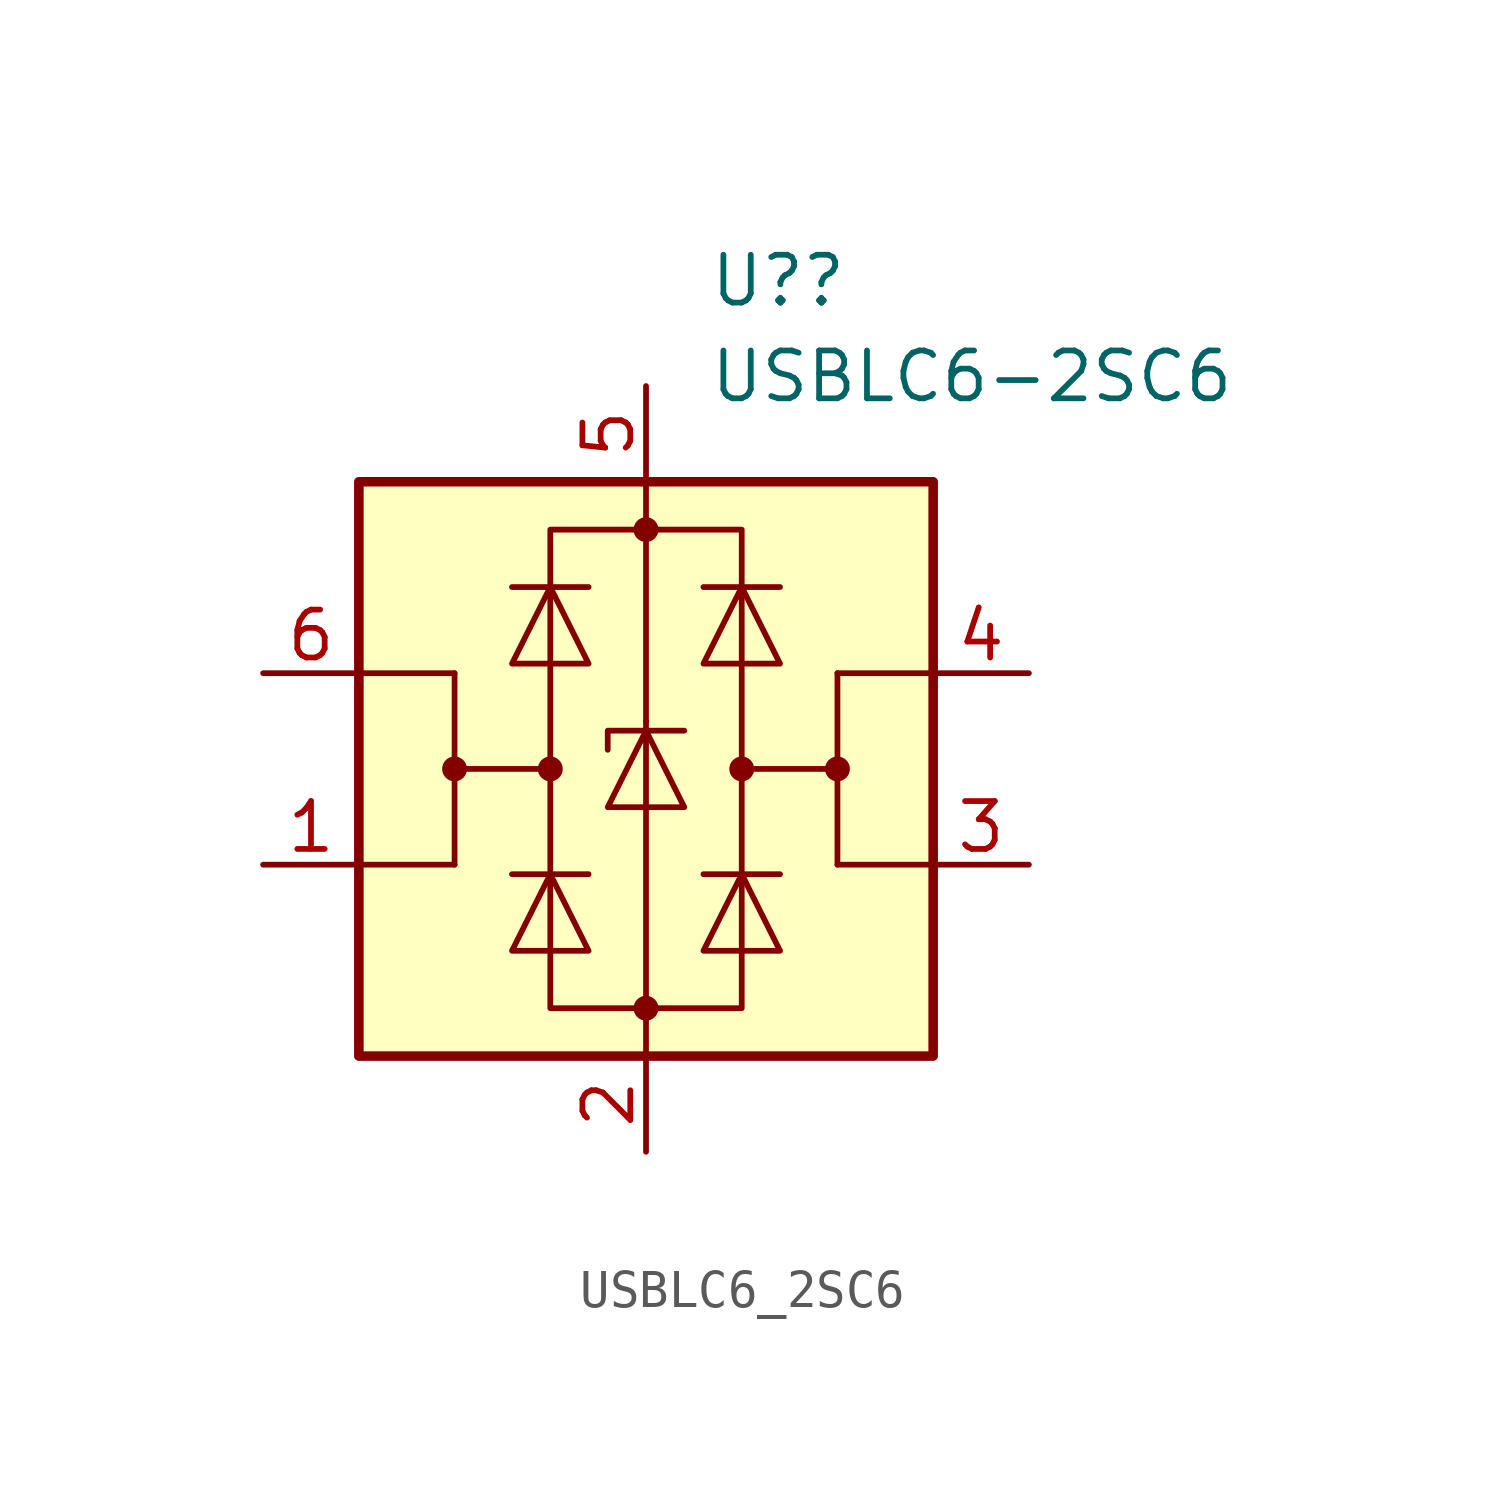
<source format=kicad_sym>
(kicad_symbol_lib
  (version 20231120)
  (generator "kicad_symbol_editor")
  (generator_version "8.0")
  (symbol "USBLC6_2SC6"
    (pin_names hide)
    (property "Reference" "U?"
      (at 1.651 12.954 0)
      (effects (font (size 1.27 1.27)) (justify left)))
    (property "Value" "USBLC6-2SC6"
      (at 1.651 10.414 0)
      (effects (font (size 1.27 1.27)) (justify left)))
    (symbol "USBLC6_2SC6_0_1"
      (rectangle (start -7.62 7.62) (end 7.62 -7.62) (stroke (width 0.254) (type default)) (fill (type background)))
      (circle (center -5.08 0) (radius 0.254) (stroke (width 0) (type default)) (fill (type outline)))
      (circle (center -2.54 0) (radius 0.254) (stroke (width 0) (type default)) (fill (type outline)))
      (rectangle (start -2.54 6.35) (end 2.54 -6.35) (stroke (width 0) (type default)) (fill (type none)))
      (circle (center 0 -6.35) (radius 0.254) (stroke (width 0) (type default)) (fill (type outline)))
      (polyline (pts (xy -5.08 -2.54) (xy -7.62 -2.54)) (stroke (width 0) (type default)) (fill (type none)))
      (polyline (pts (xy -5.08 0) (xy -5.08 -2.54)) (stroke (width 0) (type default)) (fill (type none)))
      (polyline (pts (xy -5.08 2.54) (xy -7.62 2.54)) (stroke (width 0) (type default)) (fill (type none)))
      (polyline (pts (xy -1.524 -2.794) (xy -3.556 -2.794)) (stroke (width 0) (type default)) (fill (type none)))
      (polyline (pts (xy -1.524 4.826) (xy -3.556 4.826)) (stroke (width 0) (type default)) (fill (type none)))
      (polyline (pts (xy 0 -7.62) (xy 0 -6.35)) (stroke (width 0) (type default)) (fill (type none)))
      (polyline (pts (xy 0 -6.35) (xy 0 1.27)) (stroke (width 0) (type default)) (fill (type none)))
      (polyline (pts (xy 0 1.27) (xy 0 6.35)) (stroke (width 0) (type default)) (fill (type none)))
      (polyline (pts (xy 0 6.35) (xy 0 7.62)) (stroke (width 0) (type default)) (fill (type none)))
      (polyline (pts (xy 1.524 -2.794) (xy 3.556 -2.794)) (stroke (width 0) (type default)) (fill (type none)))
      (polyline (pts (xy 1.524 4.826) (xy 3.556 4.826)) (stroke (width 0) (type default)) (fill (type none)))
      (polyline (pts (xy 5.08 -2.54) (xy 7.62 -2.54)) (stroke (width 0) (type default)) (fill (type none)))
      (polyline (pts (xy 5.08 0) (xy 5.08 -2.54)) (stroke (width 0) (type default)) (fill (type none)))
      (polyline (pts (xy 5.08 2.54) (xy 7.62 2.54)) (stroke (width 0) (type default)) (fill (type none)))
      (polyline (pts (xy -2.54 0) (xy -5.08 0) (xy -5.08 2.54)) (stroke (width 0) (type default)) (fill (type none)))
      (polyline (pts (xy 2.54 0) (xy 5.08 0) (xy 5.08 2.54)) (stroke (width 0) (type default)) (fill (type none)))
      (polyline (pts (xy -3.556 -4.826) (xy -1.524 -4.826) (xy -2.54 -2.794) (xy -3.556 -4.826)) (stroke (width 0) (type default)) (fill (type none)))
      (polyline (pts (xy -3.556 2.794) (xy -1.524 2.794) (xy -2.54 4.826) (xy -3.556 2.794)) (stroke (width 0) (type default)) (fill (type none)))
      (polyline (pts (xy -1.016 -1.016) (xy 1.016 -1.016) (xy 0 1.016) (xy -1.016 -1.016)) (stroke (width 0) (type default)) (fill (type none)))
      (polyline (pts (xy 1.016 1.016) (xy 0.762 1.016) (xy -1.016 1.016) (xy -1.016 0.508)) (stroke (width 0) (type default)) (fill (type none)))
      (polyline (pts (xy 3.556 -4.826) (xy 1.524 -4.826) (xy 2.54 -2.794) (xy 3.556 -4.826)) (stroke (width 0) (type default)) (fill (type none)))
      (polyline (pts (xy 3.556 2.794) (xy 1.524 2.794) (xy 2.54 4.826) (xy 3.556 2.794)) (stroke (width 0) (type default)) (fill (type none)))
      (circle (center 0 6.35) (radius 0.254) (stroke (width 0) (type default)) (fill (type outline)))
      (circle (center 2.54 0) (radius 0.254) (stroke (width 0) (type default)) (fill (type outline)))
      (circle (center 5.08 0) (radius 0.254) (stroke (width 0) (type default)) (fill (type outline))))
    (symbol "USBLC6_2SC6_1_1"
      (pin passive line (at -10.16 -2.54 0) (length 2.54) (name "I/O1" (effects (font (size 1.27 1.27)))) (number "1" (effects (font (size 1.27 1.27)))))
      (pin passive line (at 0 -10.16 90) (length 2.54) (name "GND" (effects (font (size 1.27 1.27)))) (number "2" (effects (font (size 1.27 1.27)))))
      (pin passive line (at 10.16 -2.54 180) (length 2.54) (name "I/O2" (effects (font (size 1.27 1.27)))) (number "3" (effects (font (size 1.27 1.27)))))
      (pin passive line (at 10.16 2.54 180) (length 2.54) (name "I/O2" (effects (font (size 1.27 1.27)))) (number "4" (effects (font (size 1.27 1.27)))))
      (pin passive line (at 0 10.16 270) (length 2.54) (name "VBUS" (effects (font (size 1.27 1.27)))) (number "5" (effects (font (size 1.27 1.27)))))
      (pin passive line (at -10.16 2.54 0) (length 2.54) (name "I/O1" (effects (font (size 1.27 1.27)))) (number "6" (effects (font (size 1.27 1.27))))))))
</source>
